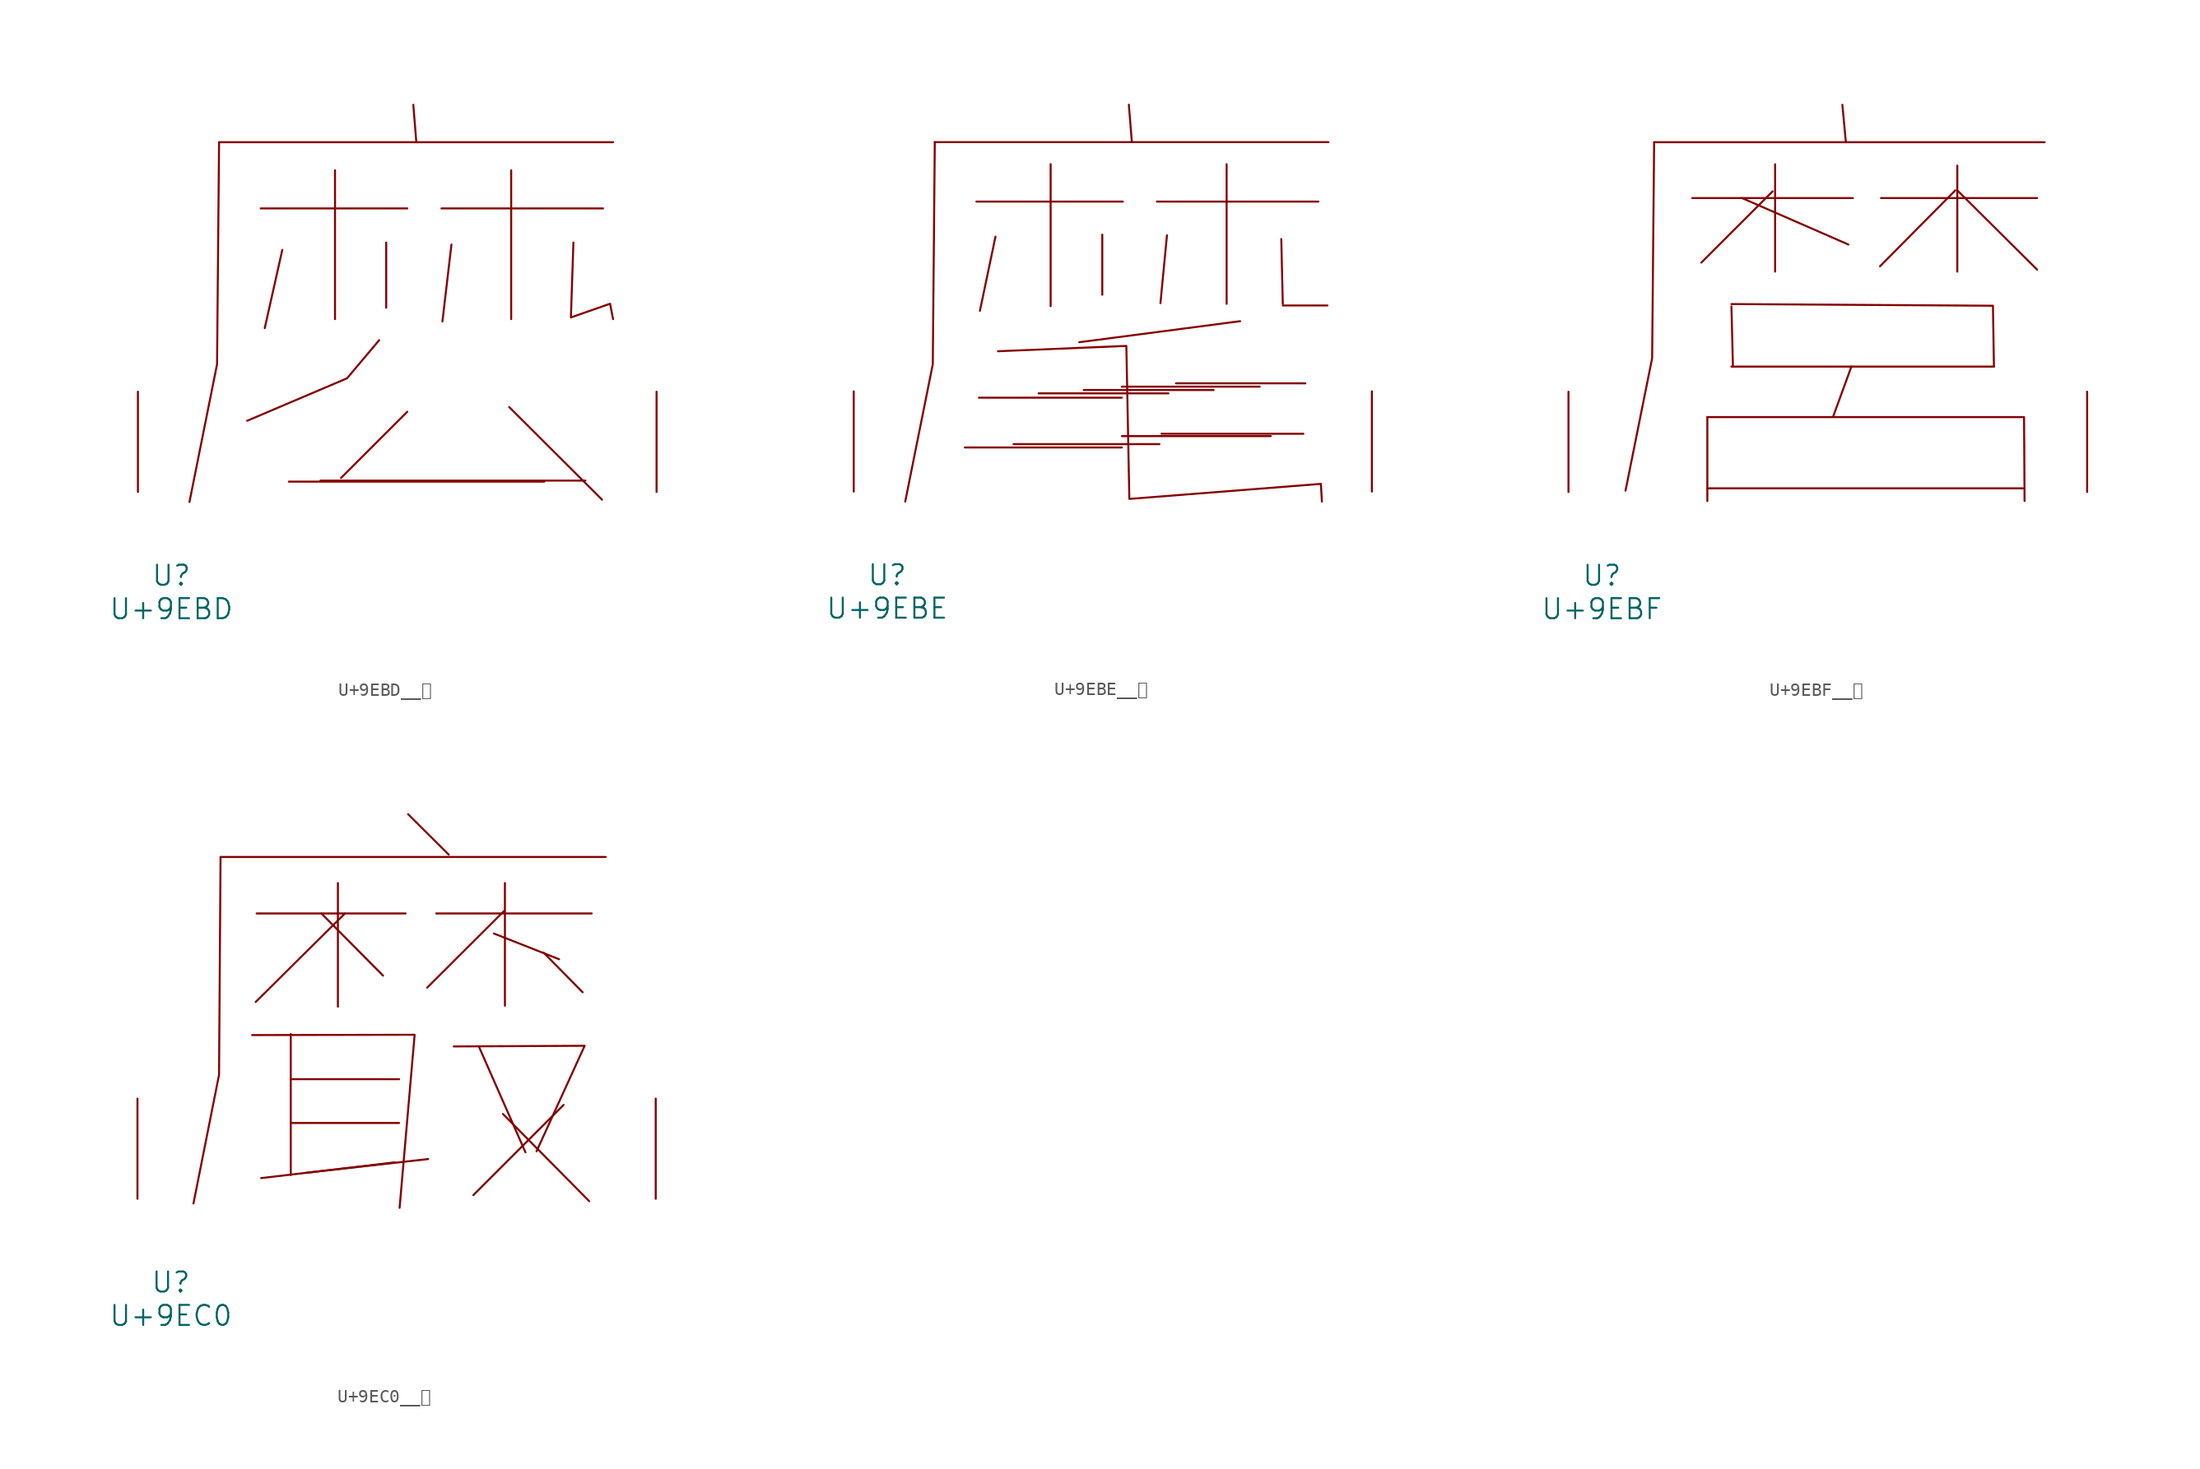
<source format=kicad_sym>
(kicad_symbol_lib
  (version 20231120)
  (generator "kicad_symbol_editor")
  (generator_version "8.0")
  (symbol "U+9EBD__麽"
    (pin_names
      (offset 1.016))
    (property "Reference" "U"
      (at 0 -6.35 0)
      (effects (font (size 1.524 1.524))))
    (property "Value" "U+9EBD"
      (at 0 -8.89 0)
      (effects (font (size 1.524 1.524))))
    (symbol "U+9EBD__麽_0_1"
      (polyline (pts (xy 3.619 26.568) (xy 33.528 26.568)) (stroke (width 0) (type solid)) (fill (type none)))
      (polyline (pts (xy 6.782 21.539) (xy 17.907 21.539)) (stroke (width 0) (type solid)) (fill (type none)))
      (polyline (pts (xy 8.42 18.39) (xy 7.087 12.446)) (stroke (width 0) (type solid)) (fill (type none)))
      (polyline (pts (xy 8.915 0.787) (xy 28.308 0.787)) (stroke (width 0) (type solid)) (fill (type none)))
      (polyline (pts (xy 11.316 0.864) (xy 31.433 0.864)) (stroke (width 0) (type solid)) (fill (type none)))
      (polyline (pts (xy 12.421 24.435) (xy 12.421 13.132)) (stroke (width 0) (type solid)) (fill (type none)))
      (polyline (pts (xy 16.307 18.948) (xy 16.307 13.995)) (stroke (width 0) (type solid)) (fill (type none)))
      (polyline (pts (xy 17.907 6.096) (xy 12.878 1.067)) (stroke (width 0) (type solid)) (fill (type none)))
      (polyline (pts (xy 18.364 29.413) (xy 18.593 26.568)) (stroke (width 0) (type solid)) (fill (type none)))
      (polyline (pts (xy 20.498 21.539) (xy 32.766 21.539)) (stroke (width 0) (type solid)) (fill (type none)))
      (polyline (pts (xy 21.26 18.796) (xy 20.574 12.954)) (stroke (width 0) (type solid)) (fill (type none)))
      (polyline (pts (xy 25.641 6.452) (xy 32.69 -0.584)) (stroke (width 0) (type solid)) (fill (type none)))
      (polyline (pts (xy 25.794 24.435) (xy 25.794 13.132)) (stroke (width 0) (type solid)) (fill (type none)))
      (polyline (pts (xy 3.619 26.568) (xy 3.467 9.703) (xy 1.372 -0.762)) (stroke (width 0) (type solid)) (fill (type none)))
      (polyline (pts (xy 15.773 11.532) (xy 13.335 8.636) (xy 5.753 5.41)) (stroke (width 0) (type solid)) (fill (type none)))
      (polyline (pts (xy 30.518 18.948) (xy 30.328 13.259) (xy 33.299 14.3) (xy 33.528 13.132)) (stroke (width 0) (type solid)) (fill (type none)))
      (pin input line (at -2.54 0 90) (length 7.62) (name "~" (effects (font (size 1.27 1.27)))) (number "~" (effects (font (size 1.27 1.27)))))
      (pin input line (at 36.83 0 90) (length 7.62) (name "~" (effects (font (size 1.27 1.27)))) (number "~" (effects (font (size 1.27 1.27)))))))
  (symbol "U+9EBE__麾"
    (pin_names
      (offset 1.016))
    (property "Reference" "U"
      (at 0 -6.35 0)
      (effects (font (size 1.524 1.524))))
    (property "Value" "U+9EBE"
      (at 0 -8.89 0)
      (effects (font (size 1.524 1.524))))
    (symbol "U+9EBE__麾_0_1"
      (polyline (pts (xy 3.619 26.568) (xy 33.528 26.568)) (stroke (width 0) (type solid)) (fill (type none)))
      (polyline (pts (xy 5.905 3.353) (xy 17.831 3.353)) (stroke (width 0) (type solid)) (fill (type none)))
      (polyline (pts (xy 6.782 22.047) (xy 17.907 22.047)) (stroke (width 0) (type solid)) (fill (type none)))
      (polyline (pts (xy 6.972 7.137) (xy 17.831 7.137)) (stroke (width 0) (type solid)) (fill (type none)))
      (polyline (pts (xy 8.23 19.38) (xy 7.048 13.741)) (stroke (width 0) (type solid)) (fill (type none)))
      (polyline (pts (xy 9.601 3.607) (xy 20.688 3.607)) (stroke (width 0) (type solid)) (fill (type none)))
      (polyline (pts (xy 11.506 7.468) (xy 21.374 7.468)) (stroke (width 0) (type solid)) (fill (type none)))
      (polyline (pts (xy 12.421 24.892) (xy 12.421 14.097)) (stroke (width 0) (type solid)) (fill (type none)))
      (polyline (pts (xy 14.935 7.722) (xy 24.803 7.722)) (stroke (width 0) (type solid)) (fill (type none)))
      (polyline (pts (xy 16.345 19.533) (xy 16.345 14.961)) (stroke (width 0) (type solid)) (fill (type none)))
      (polyline (pts (xy 17.831 4.216) (xy 29.146 4.216)) (stroke (width 0) (type solid)) (fill (type none)))
      (polyline (pts (xy 17.831 7.976) (xy 28.308 7.976)) (stroke (width 0) (type solid)) (fill (type none)))
      (polyline (pts (xy 18.364 29.413) (xy 18.593 26.568)) (stroke (width 0) (type solid)) (fill (type none)))
      (polyline (pts (xy 20.498 22.047) (xy 32.766 22.047)) (stroke (width 0) (type solid)) (fill (type none)))
      (polyline (pts (xy 20.841 4.394) (xy 31.623 4.394)) (stroke (width 0) (type solid)) (fill (type none)))
      (polyline (pts (xy 21.26 19.482) (xy 20.765 14.326)) (stroke (width 0) (type solid)) (fill (type none)))
      (polyline (pts (xy 21.946 8.23) (xy 31.775 8.23)) (stroke (width 0) (type solid)) (fill (type none)))
      (polyline (pts (xy 25.794 24.892) (xy 25.794 14.275)) (stroke (width 0) (type solid)) (fill (type none)))
      (polyline (pts (xy 26.822 12.954) (xy 14.592 11.354)) (stroke (width 0) (type solid)) (fill (type none)))
      (polyline (pts (xy 29.947 19.202) (xy 30.061 14.275)) (stroke (width 0) (type solid)) (fill (type none)))
      (polyline (pts (xy 30.061 14.148) (xy 33.452 14.148)) (stroke (width 0) (type solid)) (fill (type none)))
      (polyline (pts (xy 3.619 26.568) (xy 3.467 9.677) (xy 1.372 -0.762)) (stroke (width 0) (type solid)) (fill (type none)))
      (polyline (pts (xy 8.42 10.668) (xy 18.174 11.074) (xy 18.402 -0.559) (xy 32.956 0.584) (xy 33.033 -0.762)) (stroke (width 0) (type solid)) (fill (type none)))
      (pin input line (at -2.54 0 90) (length 7.62) (name "~" (effects (font (size 1.27 1.27)))) (number "~" (effects (font (size 1.27 1.27)))))
      (pin input line (at 36.83 0 90) (length 7.62) (name "~" (effects (font (size 1.27 1.27)))) (number "~" (effects (font (size 1.27 1.27)))))))
  (symbol "U+9EBF__麿"
    (pin_names
      (offset 1.016))
    (property "Reference" "U"
      (at 0 -6.35 0)
      (effects (font (size 1.524 1.524))))
    (property "Value" "U+9EBF"
      (at 0 -8.89 0)
      (effects (font (size 1.524 1.524))))
    (symbol "U+9EBF__麿_0_1"
      (polyline (pts (xy 3.962 26.568) (xy 33.604 26.568)) (stroke (width 0) (type solid)) (fill (type none)))
      (polyline (pts (xy 6.858 22.327) (xy 19.05 22.327)) (stroke (width 0) (type solid)) (fill (type none)))
      (polyline (pts (xy 8.001 0.279) (xy 31.966 0.279)) (stroke (width 0) (type solid)) (fill (type none)))
      (polyline (pts (xy 8.001 5.69) (xy 8.001 -0.686)) (stroke (width 0) (type solid)) (fill (type none)))
      (polyline (pts (xy 9.83 9.525) (xy 29.756 9.525)) (stroke (width 0) (type solid)) (fill (type none)))
      (polyline (pts (xy 9.83 14.097) (xy 9.944 9.525)) (stroke (width 0) (type solid)) (fill (type none)))
      (polyline (pts (xy 10.63 22.327) (xy 18.707 18.796)) (stroke (width 0) (type solid)) (fill (type none)))
      (polyline (pts (xy 12.954 22.835) (xy 7.544 17.424)) (stroke (width 0) (type solid)) (fill (type none)))
      (polyline (pts (xy 13.145 24.892) (xy 13.145 16.739)) (stroke (width 0) (type solid)) (fill (type none)))
      (polyline (pts (xy 18.25 29.413) (xy 18.517 26.568)) (stroke (width 0) (type solid)) (fill (type none)))
      (polyline (pts (xy 18.936 9.525) (xy 17.564 5.766)) (stroke (width 0) (type solid)) (fill (type none)))
      (polyline (pts (xy 21.184 22.327) (xy 33.033 22.327)) (stroke (width 0) (type solid)) (fill (type none)))
      (polyline (pts (xy 26.822 22.911) (xy 21.107 17.145)) (stroke (width 0) (type solid)) (fill (type none)))
      (polyline (pts (xy 26.975 22.911) (xy 33.033 16.891)) (stroke (width 0) (type solid)) (fill (type none)))
      (polyline (pts (xy 26.975 24.79) (xy 26.975 16.739)) (stroke (width 0) (type solid)) (fill (type none)))
      (polyline (pts (xy 3.962 26.568) (xy 3.81 10.16) (xy 1.791 0.102)) (stroke (width 0) (type solid)) (fill (type none)))
      (polyline (pts (xy 8.001 5.69) (xy 32.042 5.69) (xy 32.08 -0.686)) (stroke (width 0) (type solid)) (fill (type none)))
      (polyline (pts (xy 9.83 14.275) (xy 29.68 14.148) (xy 29.756 9.525)) (stroke (width 0) (type solid)) (fill (type none)))
      (pin input line (at -2.54 0 90) (length 7.62) (name "~" (effects (font (size 1.27 1.27)))) (number "~" (effects (font (size 1.27 1.27)))))
      (pin input line (at 36.83 0 90) (length 7.62) (name "~" (effects (font (size 1.27 1.27)))) (number "~" (effects (font (size 1.27 1.27)))))))
  (symbol "U+9EC0__黀"
    (pin_names
      (offset 1.016))
    (property "Reference" "U"
      (at 0 -6.35 0)
      (effects (font (size 1.524 1.524))))
    (property "Value" "U+9EC0"
      (at 0 -8.89 0)
      (effects (font (size 1.524 1.524))))
    (symbol "U+9EC0__黀_0_1"
      (polyline (pts (xy 3.772 25.984) (xy 33.033 25.984)) (stroke (width 0) (type solid)) (fill (type none)))
      (polyline (pts (xy 6.515 21.692) (xy 17.831 21.692)) (stroke (width 0) (type solid)) (fill (type none)))
      (polyline (pts (xy 9.106 5.766) (xy 17.335 5.766)) (stroke (width 0) (type solid)) (fill (type none)))
      (polyline (pts (xy 9.106 9.093) (xy 17.335 9.093)) (stroke (width 0) (type solid)) (fill (type none)))
      (polyline (pts (xy 9.106 12.522) (xy 9.106 1.803)) (stroke (width 0) (type solid)) (fill (type none)))
      (polyline (pts (xy 11.43 21.692) (xy 16.116 16.967)) (stroke (width 0) (type solid)) (fill (type none)))
      (polyline (pts (xy 12.687 24.003) (xy 12.687 14.605)) (stroke (width 0) (type solid)) (fill (type none)))
      (polyline (pts (xy 13.221 21.692) (xy 6.439 14.961)) (stroke (width 0) (type solid)) (fill (type none)))
      (polyline (pts (xy 16.993 2.769) (xy 6.858 1.575)) (stroke (width 0) (type solid)) (fill (type none)))
      (polyline (pts (xy 18.021 29.235) (xy 21.107 26.162)) (stroke (width 0) (type solid)) (fill (type none)))
      (polyline (pts (xy 19.545 3.023) (xy 10.287 1.981)) (stroke (width 0) (type solid)) (fill (type none)))
      (polyline (pts (xy 20.155 21.692) (xy 31.966 21.692)) (stroke (width 0) (type solid)) (fill (type none)))
      (polyline (pts (xy 23.393 11.582) (xy 26.937 3.531)) (stroke (width 0) (type solid)) (fill (type none)))
      (polyline (pts (xy 24.536 20.168) (xy 29.489 18.212)) (stroke (width 0) (type solid)) (fill (type none)))
      (polyline (pts (xy 25.222 6.452) (xy 31.775 -0.178)) (stroke (width 0) (type solid)) (fill (type none)))
      (polyline (pts (xy 25.298 21.869) (xy 19.469 16.053)) (stroke (width 0) (type solid)) (fill (type none)))
      (polyline (pts (xy 25.375 24.003) (xy 25.375 14.681)) (stroke (width 0) (type solid)) (fill (type none)))
      (polyline (pts (xy 28.308 18.72) (xy 31.28 15.697)) (stroke (width 0) (type solid)) (fill (type none)))
      (polyline (pts (xy 29.832 7.137) (xy 22.974 0.279)) (stroke (width 0) (type solid)) (fill (type none)))
      (polyline (pts (xy 3.772 25.984) (xy 3.658 9.423) (xy 1.714 -0.356)) (stroke (width 0) (type solid)) (fill (type none)))
      (polyline (pts (xy 6.172 12.446) (xy 18.517 12.471) (xy 17.374 -0.686)) (stroke (width 0) (type solid)) (fill (type none)))
      (polyline (pts (xy 21.488 11.582) (xy 31.433 11.633) (xy 27.775 3.607)) (stroke (width 0) (type solid)) (fill (type none)))
      (pin input line (at -2.54 0 90) (length 7.62) (name "~" (effects (font (size 1.27 1.27)))) (number "~" (effects (font (size 1.27 1.27)))))
      (pin input line (at 36.83 0 90) (length 7.62) (name "~" (effects (font (size 1.27 1.27)))) (number "~" (effects (font (size 1.27 1.27))))))))
</source>
